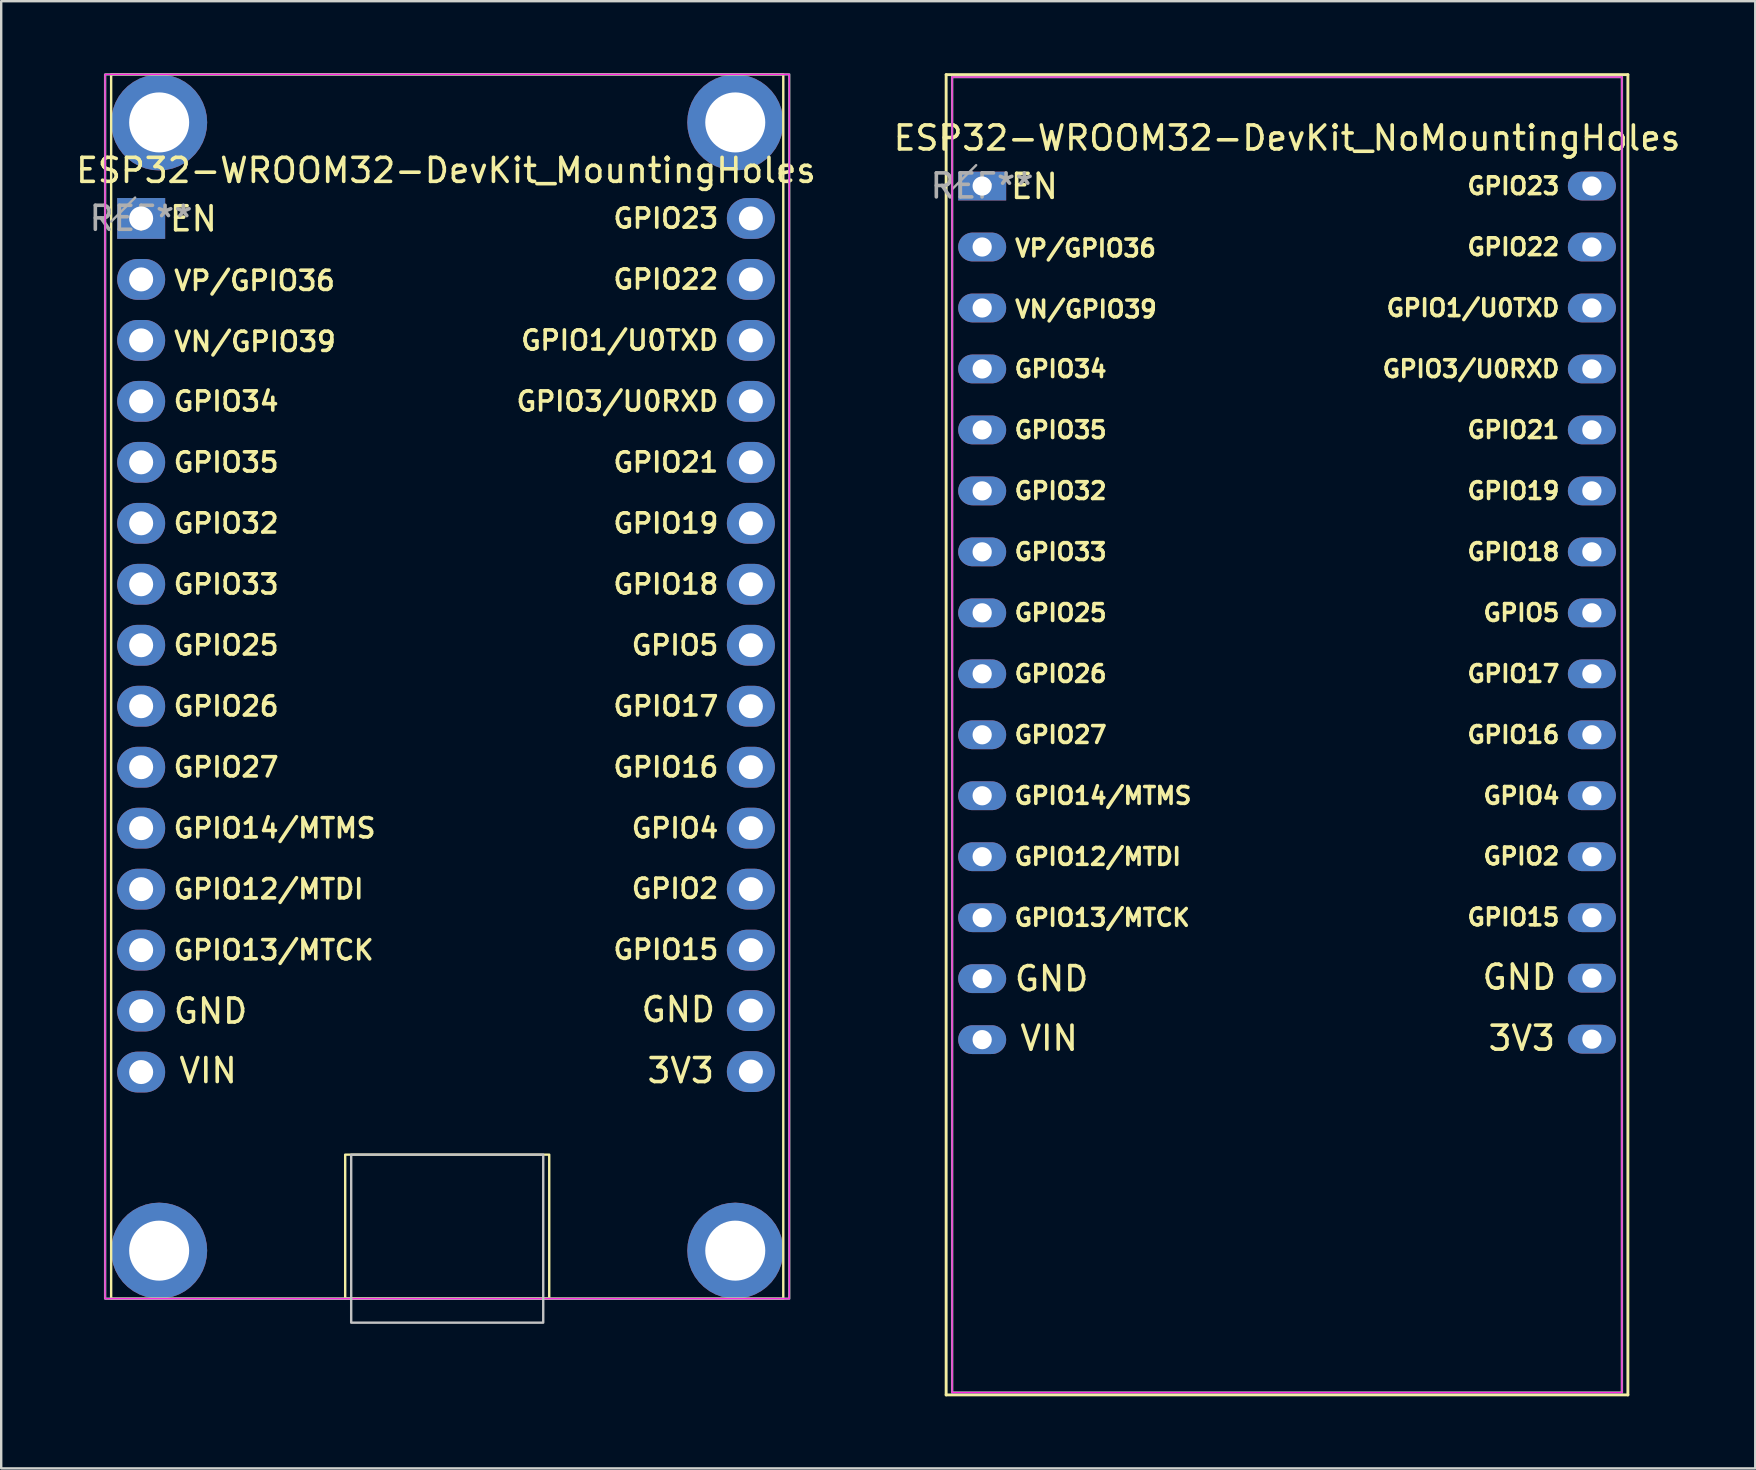
<source format=kicad_pcb>
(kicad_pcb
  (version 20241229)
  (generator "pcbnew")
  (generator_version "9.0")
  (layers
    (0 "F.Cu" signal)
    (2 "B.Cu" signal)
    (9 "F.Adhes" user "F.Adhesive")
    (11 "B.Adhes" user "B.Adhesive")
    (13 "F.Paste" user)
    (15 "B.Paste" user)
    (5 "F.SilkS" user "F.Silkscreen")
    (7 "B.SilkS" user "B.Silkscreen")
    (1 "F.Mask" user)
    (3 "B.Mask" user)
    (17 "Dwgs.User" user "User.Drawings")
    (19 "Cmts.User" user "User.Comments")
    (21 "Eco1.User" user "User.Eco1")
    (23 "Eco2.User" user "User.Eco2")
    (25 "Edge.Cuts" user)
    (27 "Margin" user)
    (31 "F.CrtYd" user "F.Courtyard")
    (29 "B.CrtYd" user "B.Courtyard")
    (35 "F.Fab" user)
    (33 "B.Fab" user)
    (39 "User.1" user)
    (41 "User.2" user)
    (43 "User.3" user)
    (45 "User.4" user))
  (footprint "ESP32-WROOM32-DevKit_MountingHoles"
    (layer "F.Cu")
    (at 2.83 6.05)
    (property "Reference" "ESP32-WROOM32-DevKit_MountingHoles" (at 12.7 -2 0) (layer "F.SilkS") (effects (font (size 1 1) (thickness 0.15))))
    (attr through_hole)
    (fp_rect (start -1.25 -6) (end 26.75 45) (stroke (width 0.1) (type solid)) (fill no) (layer "F.SilkS"))
    (fp_rect (start 8.5 39) (end 17 45) (stroke (width 0.1) (type default)) (fill no) (layer "F.SilkS"))
    (fp_rect (start 8.75 39) (end 16.75 46) (stroke (width 0.1) (type solid)) (fill no) (layer "Dwgs.User"))
    (fp_rect (start -1.5 -6) (end 27 45) (stroke (width 0.05) (type default)) (fill no) (layer "F.CrtYd"))
    (fp_line (start -0.25 -0.87) (end -1.25 0.13) (stroke (width 0.1) (type solid)) (layer "F.Fab"))
    (fp_rect (start -1.5 -6) (end 27 45) (stroke (width 0.1) (type default)) (fill no) (layer "F.Fab"))
    (fp_text user "GPIO35" (at 1.27 10.16 0) (unlocked yes) (layer "F.SilkS") (effects (font (size 0.8 0.8) (thickness 0.15)) (justify left)))
    (fp_text user "GPIO13/MTCK" (at 1.27 30.48 0) (unlocked yes) (layer "F.SilkS") (effects (font (size 0.8 0.8) (thickness 0.15)) (justify left)))
    (fp_text user "GPIO5" (at 24.13 17.78 0) (unlocked yes) (layer "F.SilkS") (effects (font (size 0.8 0.8) (thickness 0.15)) (justify right)))
    (fp_text user "GPIO33" (at 1.27 15.24 0) (unlocked yes) (layer "F.SilkS") (effects (font (size 0.8 0.8) (thickness 0.15)) (justify left)))
    (fp_text user "GPIO4" (at 24.13 25.4 0) (unlocked yes) (layer "F.SilkS") (effects (font (size 0.8 0.8) (thickness 0.15)) (justify right)))
    (fp_text user "GPIO23" (at 24.13 0 0) (unlocked yes) (layer "F.SilkS") (effects (font (size 0.8 0.8) (thickness 0.15)) (justify right)))
    (fp_text user "GPIO21" (at 24.13 10.16 0) (unlocked yes) (layer "F.SilkS") (effects (font (size 0.8 0.8) (thickness 0.15)) (justify right)))
    (fp_text user "GPIO18" (at 24.13 15.24 0) (unlocked yes) (layer "F.SilkS") (effects (font (size 0.8 0.8) (thickness 0.15)) (justify right)))
    (fp_text user "GPIO27" (at 1.27 22.86 0) (unlocked yes) (layer "F.SilkS") (effects (font (size 0.8 0.8) (thickness 0.15)) (justify left)))
    (fp_text user "GPIO1/U0TXD" (at 24.13 5.08 0) (unlocked yes) (layer "F.SilkS") (effects (font (size 0.8 0.8) (thickness 0.15)) (justify right)))
    (fp_text user "GPIO22" (at 24.13 2.54 0) (unlocked yes) (layer "F.SilkS") (effects (font (size 0.8 0.8) (thickness 0.15)) (justify right)))
    (fp_text user "3V3" (at 21 35.5 0) (unlocked yes) (layer "F.SilkS") (effects (font (size 1 1) (thickness 0.15)) (justify left)))
    (fp_text user "GPIO2" (at 24.13 27.92 0) (unlocked yes) (layer "F.SilkS") (effects (font (size 0.8 0.8) (thickness 0.15)) (justify right)))
    (fp_text user "GND" (at 24 32.96 0) (unlocked yes) (layer "F.SilkS") (effects (font (size 1 1) (thickness 0.15)) (justify right)))
    (fp_text user "VP/GPIO36" (at 1.292 2.594 0) (unlocked yes) (layer "F.SilkS") (effects (font (size 0.8 0.8) (thickness 0.15)) (justify left)))
    (fp_text user "EN" (at 3.25 0.015 0) (unlocked yes) (layer "F.SilkS") (effects (font (size 1 1) (thickness 0.15)) (justify right)))
    (fp_text user "GPIO34" (at 1.27 7.62 0) (unlocked yes) (layer "F.SilkS") (effects (font (size 0.8 0.8) (thickness 0.15)) (justify left)))
    (fp_text user "GPIO15" (at 24.13 30.46 0) (unlocked yes) (layer "F.SilkS") (effects (font (size 0.8 0.8) (thickness 0.15)) (justify right)))
    (fp_text user "GPIO17" (at 24.13 20.32 0) (unlocked yes) (layer "F.SilkS") (effects (font (size 0.8 0.8) (thickness 0.15)) (justify right)))
    (fp_text user "GPIO32" (at 1.27 12.7 0) (unlocked yes) (layer "F.SilkS") (effects (font (size 0.8 0.8) (thickness 0.15)) (justify left)))
    (fp_text user "GPIO19" (at 24.13 12.7 0) (unlocked yes) (layer "F.SilkS") (effects (font (size 0.8 0.8) (thickness 0.15)) (justify right)))
    (fp_text user "GPIO12/MTDI" (at 1.27 27.94 0) (unlocked yes) (layer "F.SilkS") (effects (font (size 0.8 0.8) (thickness 0.15)) (justify left)))
    (fp_text user "GPIO16" (at 24.13 22.86 0) (unlocked yes) (layer "F.SilkS") (effects (font (size 0.8 0.8) (thickness 0.15)) (justify right)))
    (fp_text user "GPIO25" (at 1.27 17.78 0) (unlocked yes) (layer "F.SilkS") (effects (font (size 0.8 0.8) (thickness 0.15)) (justify left)))
    (fp_text user "VN/GPIO39" (at 1.292 5.134 0) (unlocked yes) (layer "F.SilkS") (effects (font (size 0.8 0.8) (thickness 0.15)) (justify left)))
    (fp_text user "GPIO14/MTMS" (at 1.27 25.4 0) (unlocked yes) (layer "F.SilkS") (effects (font (size 0.8 0.8) (thickness 0.15)) (justify left)))
    (fp_text user "GND" (at 1.27 33.02 0) (unlocked yes) (layer "F.SilkS") (effects (font (size 1 1) (thickness 0.15)) (justify left)))
    (fp_text user "GPIO3/U0RXD" (at 24.13 7.62 0) (unlocked yes) (layer "F.SilkS") (effects (font (size 0.8 0.8) (thickness 0.15)) (justify right)))
    (fp_text user "GPIO26" (at 1.27 20.32 0) (unlocked yes) (layer "F.SilkS") (effects (font (size 0.8 0.8) (thickness 0.15)) (justify left)))
    (fp_text user "VIN" (at 1.5 35.5 0) (unlocked yes) (layer "F.SilkS") (effects (font (size 1 1) (thickness 0.15)) (justify left)))
    (fp_text user "REF**" (at -0.004 -0.003 0) (layer "F.Fab") (effects (font (size 1 1) (thickness 0.15))))
    (pad "" np_thru_hole roundrect (at 0.75 -4) (size 4 4) (drill 2.5) (layers "*.Cu" "*.Mask") (roundrect_rratio 0.5))
    (pad "" np_thru_hole roundrect (at 0.75 43) (size 4 4) (drill 2.5) (layers "*.Cu" "*.Mask") (roundrect_rratio 0.5))
    (pad "" np_thru_hole roundrect (at 24.75 -4) (size 4 4) (drill 2.5) (layers "*.Cu" "*.Mask") (roundrect_rratio 0.5))
    (pad "" np_thru_hole roundrect (at 24.75 43) (size 4 4) (drill 2.5) (layers "*.Cu" "*.Mask") (roundrect_rratio 0.5))
    (pad "1" thru_hole rect (at 0 0 270) (size 1.7 2) (drill 1) (layers "*.Cu" "*.Mask"))
    (pad "2" thru_hole oval (at 0 2.54 270) (size 1.7 2) (drill 1) (layers "*.Cu" "*.Mask"))
    (pad "3" thru_hole oval (at 0 5.08 270) (size 1.7 2) (drill 1) (layers "*.Cu" "*.Mask"))
    (pad "4" thru_hole oval (at 0 7.62 270) (size 1.7 2) (drill 1) (layers "*.Cu" "*.Mask"))
    (pad "5" thru_hole oval (at 0 10.16 270) (size 1.7 2) (drill 1) (layers "*.Cu" "*.Mask"))
    (pad "6" thru_hole oval (at 0 12.7 270) (size 1.7 2) (drill 1) (layers "*.Cu" "*.Mask"))
    (pad "7" thru_hole oval (at 0 15.24 270) (size 1.7 2) (drill 1) (layers "*.Cu" "*.Mask"))
    (pad "8" thru_hole oval (at 0 17.78 270) (size 1.7 2) (drill 1) (layers "*.Cu" "*.Mask"))
    (pad "9" thru_hole oval (at 0 20.32 270) (size 1.7 2) (drill 1) (layers "*.Cu" "*.Mask"))
    (pad "10" thru_hole oval (at 0 22.86 270) (size 1.7 2) (drill 1) (layers "*.Cu" "*.Mask"))
    (pad "11" thru_hole oval (at 0 25.4 270) (size 1.7 2) (drill 1) (layers "*.Cu" "*.Mask"))
    (pad "12" thru_hole oval (at 0 27.94 270) (size 1.7 2) (drill 1) (layers "*.Cu" "*.Mask"))
    (pad "13" thru_hole oval (at 0 30.48 270) (size 1.7 2) (drill 1) (layers "*.Cu" "*.Mask"))
    (pad "14" thru_hole oval (at 0 33.02 270) (size 1.7 2) (drill 1) (layers "*.Cu" "*.Mask"))
    (pad "15" thru_hole oval (at 0 35.56 270) (size 1.7 2) (drill 1) (layers "*.Cu" "*.Mask"))
    (pad "16" thru_hole oval (at 25.4 35.54 270) (size 1.7 2) (drill 1) (layers "*.Cu" "*.Mask"))
    (pad "17" thru_hole oval (at 25.4 33 270) (size 1.7 2) (drill 1) (layers "*.Cu" "*.Mask"))
    (pad "18" thru_hole oval (at 25.4 30.48 270) (size 1.7 2) (drill 1) (layers "*.Cu" "*.Mask"))
    (pad "19" thru_hole oval (at 25.4 27.94 270) (size 1.7 2) (drill 1) (layers "*.Cu" "*.Mask"))
    (pad "20" thru_hole oval (at 25.4 25.4 270) (size 1.7 2) (drill 1) (layers "*.Cu" "*.Mask"))
    (pad "21" thru_hole oval (at 25.4 22.86 270) (size 1.7 2) (drill 1) (layers "*.Cu" "*.Mask"))
    (pad "22" thru_hole oval (at 25.4 20.32 270) (size 1.7 2) (drill 1) (layers "*.Cu" "*.Mask"))
    (pad "23" thru_hole oval (at 25.4 17.78 270) (size 1.7 2) (drill 1) (layers "*.Cu" "*.Mask"))
    (pad "24" thru_hole oval (at 25.4 15.24 270) (size 1.7 2) (drill 1) (layers "*.Cu" "*.Mask"))
    (pad "25" thru_hole oval (at 25.4 12.7 270) (size 1.7 2) (drill 1) (layers "*.Cu" "*.Mask"))
    (pad "26" thru_hole oval (at 25.4 10.16 270) (size 1.7 2) (drill 1) (layers "*.Cu" "*.Mask"))
    (pad "27" thru_hole oval (at 25.4 7.62 270) (size 1.7 2) (drill 1) (layers "*.Cu" "*.Mask"))
    (pad "28" thru_hole oval (at 25.4 5.08 270) (size 1.7 2) (drill 1) (layers "*.Cu" "*.Mask"))
    (pad "29" thru_hole oval (at 25.4 2.54 270) (size 1.7 2) (drill 1) (layers "*.Cu" "*.Mask"))
    (pad "30" thru_hole oval (at 25.4 0 270) (size 1.7 2) (drill 1) (layers "*.Cu" "*.Mask")))
  (footprint "ESP32-WROOM32-DevKit_NoMountingHoles"
    (layer "F.Cu")
    (at 37.865 4.7)
    (property "Reference" "ESP32-WROOM32-DevKit_NoMountingHoles" (at 12.7 -2 0) (layer "F.SilkS") (effects (font (size 1 1) (thickness 0.15))))
    (attr through_hole)
    (fp_line (start -1.5 50.36) (end 26.9 50.36) (stroke (width 0.12) (type solid)) (layer "F.SilkS"))
    (fp_line (start -1.5 -4.64) (end -1.5 50.36) (stroke (width 0.12) (type solid)) (layer "F.SilkS"))
    (fp_line (start 26.9 50.36) (end 26.9 -4.64) (stroke (width 0.12) (type solid)) (layer "F.SilkS"))
    (fp_line (start 26.9 -4.64) (end -1.5 -4.64) (stroke (width 0.12) (type solid)) (layer "F.SilkS"))
    (fp_line (start -1.25 -4.54) (end 26.65 -4.54) (stroke (width 0.05) (type solid)) (layer "F.CrtYd"))
    (fp_line (start -1.25 50.26) (end -1.25 -4.54) (stroke (width 0.05) (type solid)) (layer "F.CrtYd"))
    (fp_line (start 26.65 -4.54) (end 26.65 50.26) (stroke (width 0.05) (type solid)) (layer "F.CrtYd"))
    (fp_line (start 26.65 50.26) (end -1.25 50.26) (stroke (width 0.05) (type solid)) (layer "F.CrtYd"))
    (fp_line (start -1.25 -4.54) (end 26.65 -4.54) (stroke (width 0.1) (type solid)) (layer "F.Fab"))
    (fp_line (start -1.25 50.26) (end -1.25 -4.54) (stroke (width 0.1) (type solid)) (layer "F.Fab"))
    (fp_line (start -0.25 -0.87) (end -1.25 0.13) (stroke (width 0.1) (type solid)) (layer "F.Fab"))
    (fp_line (start 26.65 -4.54) (end 26.65 50.26) (stroke (width 0.1) (type solid)) (layer "F.Fab"))
    (fp_line (start 26.65 50.26) (end -1.25 50.26) (stroke (width 0.1) (type solid)) (layer "F.Fab"))
    (fp_text user "GPIO13/MTCK" (at 1.27 30.48 0) (unlocked yes) (layer "F.SilkS") (effects (font (size 0.7 0.7) (thickness 0.15)) (justify left)))
    (fp_text user "GPIO27" (at 1.27 22.86 0) (unlocked yes) (layer "F.SilkS") (effects (font (size 0.7 0.7) (thickness 0.15)) (justify left)))
    (fp_text user "GPIO17" (at 24.13 20.32 0) (unlocked yes) (layer "F.SilkS") (effects (font (size 0.7 0.7) (thickness 0.15)) (justify right)))
    (fp_text user "GPIO3/U0RXD" (at 24.13 7.62 0) (unlocked yes) (layer "F.SilkS") (effects (font (size 0.7 0.7) (thickness 0.15)) (justify right)))
    (fp_text user "GND" (at 24 32.96 0) (unlocked yes) (layer "F.SilkS") (effects (font (size 1 1) (thickness 0.15)) (justify right)))
    (fp_text user "GPIO23" (at 24.13 0 0) (unlocked yes) (layer "F.SilkS") (effects (font (size 0.7 0.7) (thickness 0.15)) (justify right)))
    (fp_text user "GPIO12/MTDI" (at 1.27 27.94 0) (unlocked yes) (layer "F.SilkS") (effects (font (size 0.7 0.7) (thickness 0.15)) (justify left)))
    (fp_text user "GPIO19" (at 24.13 12.7 0) (unlocked yes) (layer "F.SilkS") (effects (font (size 0.7 0.7) (thickness 0.15)) (justify right)))
    (fp_text user "VN/GPIO39" (at 1.292 5.134 0) (unlocked yes) (layer "F.SilkS") (effects (font (size 0.7 0.7) (thickness 0.15)) (justify left)))
    (fp_text user "GPIO5" (at 24.13 17.78 0) (unlocked yes) (layer "F.SilkS") (effects (font (size 0.7 0.7) (thickness 0.15)) (justify right)))
    (fp_text user "GPIO22" (at 24.13 2.54 0) (unlocked yes) (layer "F.SilkS") (effects (font (size 0.7 0.7) (thickness 0.15)) (justify right)))
    (fp_text user "GPIO1/U0TXD" (at 24.13 5.08 0) (unlocked yes) (layer "F.SilkS") (effects (font (size 0.7 0.7) (thickness 0.15)) (justify right)))
    (fp_text user "GPIO14/MTMS" (at 1.27 25.4 0) (unlocked yes) (layer "F.SilkS") (effects (font (size 0.7 0.7) (thickness 0.15)) (justify left)))
    (fp_text user "GPIO21" (at 24.13 10.16 0) (unlocked yes) (layer "F.SilkS") (effects (font (size 0.7 0.7) (thickness 0.15)) (justify right)))
    (fp_text user "GPIO25" (at 1.27 17.78 0) (unlocked yes) (layer "F.SilkS") (effects (font (size 0.7 0.7) (thickness 0.15)) (justify left)))
    (fp_text user "GPIO32" (at 1.27 12.7 0) (unlocked yes) (layer "F.SilkS") (effects (font (size 0.7 0.7) (thickness 0.15)) (justify left)))
    (fp_text user "GPIO16" (at 24.13 22.86 0) (unlocked yes) (layer "F.SilkS") (effects (font (size 0.7 0.7) (thickness 0.15)) (justify right)))
    (fp_text user "GPIO4" (at 24.13 25.4 0) (unlocked yes) (layer "F.SilkS") (effects (font (size 0.7 0.7) (thickness 0.15)) (justify right)))
    (fp_text user "VP/GPIO36" (at 1.292 2.594 0) (unlocked yes) (layer "F.SilkS") (effects (font (size 0.7 0.7) (thickness 0.15)) (justify left)))
    (fp_text user "GPIO33" (at 1.27 15.24 0) (unlocked yes) (layer "F.SilkS") (effects (font (size 0.7 0.7) (thickness 0.15)) (justify left)))
    (fp_text user "VIN" (at 1.5 35.5 0) (unlocked yes) (layer "F.SilkS") (effects (font (size 1 1) (thickness 0.15)) (justify left)))
    (fp_text user "GPIO34" (at 1.27 7.62 0) (unlocked yes) (layer "F.SilkS") (effects (font (size 0.7 0.7) (thickness 0.15)) (justify left)))
    (fp_text user "GPIO2" (at 24.13 27.92 0) (unlocked yes) (layer "F.SilkS") (effects (font (size 0.7 0.7) (thickness 0.15)) (justify right)))
    (fp_text user "GPIO26" (at 1.27 20.32 0) (unlocked yes) (layer "F.SilkS") (effects (font (size 0.7 0.7) (thickness 0.15)) (justify left)))
    (fp_text user "GND" (at 1.27 33.02 0) (unlocked yes) (layer "F.SilkS") (effects (font (size 1 1) (thickness 0.15)) (justify left)))
    (fp_text user "3V3" (at 21 35.5 0) (unlocked yes) (layer "F.SilkS") (effects (font (size 1 1) (thickness 0.15)) (justify left)))
    (fp_text user "GPIO18" (at 24.13 15.24 0) (unlocked yes) (layer "F.SilkS") (effects (font (size 0.7 0.7) (thickness 0.15)) (justify right)))
    (fp_text user "GPIO35" (at 1.27 10.16 0) (unlocked yes) (layer "F.SilkS") (effects (font (size 0.7 0.7) (thickness 0.15)) (justify left)))
    (fp_text user "EN" (at 3.25 0.015 0) (unlocked yes) (layer "F.SilkS") (effects (font (size 1 1) (thickness 0.15)) (justify right)))
    (fp_text user "GPIO15" (at 24.13 30.46 0) (unlocked yes) (layer "F.SilkS") (effects (font (size 0.7 0.7) (thickness 0.15)) (justify right)))
    (fp_text user "REF**" (at -0.004 -0.003 0) (layer "F.Fab") (effects (font (size 1 1) (thickness 0.15))))
    (pad "1" thru_hole rect (at 0 0 270) (size 1.2 2) (drill 0.8) (layers "*.Cu" "*.Mask"))
    (pad "2" thru_hole oval (at 0 2.54 270) (size 1.2 2) (drill 0.8) (layers "*.Cu" "*.Mask"))
    (pad "3" thru_hole oval (at 0 5.08 270) (size 1.2 2) (drill 0.8) (layers "*.Cu" "*.Mask"))
    (pad "4" thru_hole oval (at 0 7.62 270) (size 1.2 2) (drill 0.8) (layers "*.Cu" "*.Mask"))
    (pad "5" thru_hole oval (at 0 10.16 270) (size 1.2 2) (drill 0.8) (layers "*.Cu" "*.Mask"))
    (pad "6" thru_hole oval (at 0 12.7 270) (size 1.2 2) (drill 0.8) (layers "*.Cu" "*.Mask"))
    (pad "7" thru_hole oval (at 0 15.24 270) (size 1.2 2) (drill 0.8) (layers "*.Cu" "*.Mask"))
    (pad "8" thru_hole oval (at 0 17.78 270) (size 1.2 2) (drill 0.8) (layers "*.Cu" "*.Mask"))
    (pad "9" thru_hole oval (at 0 20.32 270) (size 1.2 2) (drill 0.8) (layers "*.Cu" "*.Mask"))
    (pad "10" thru_hole oval (at 0 22.86 270) (size 1.2 2) (drill 0.8) (layers "*.Cu" "*.Mask"))
    (pad "11" thru_hole oval (at 0 25.4 270) (size 1.2 2) (drill 0.8) (layers "*.Cu" "*.Mask"))
    (pad "12" thru_hole oval (at 0 27.94 270) (size 1.2 2) (drill 0.8) (layers "*.Cu" "*.Mask"))
    (pad "13" thru_hole oval (at 0 30.48 270) (size 1.2 2) (drill 0.8) (layers "*.Cu" "*.Mask"))
    (pad "14" thru_hole oval (at 0 33.02 270) (size 1.2 2) (drill 0.8) (layers "*.Cu" "*.Mask"))
    (pad "15" thru_hole oval (at 0 35.56 270) (size 1.2 2) (drill 0.8) (layers "*.Cu" "*.Mask"))
    (pad "16" thru_hole oval (at 25.4 35.54 270) (size 1.2 2) (drill 0.8) (layers "*.Cu" "*.Mask"))
    (pad "17" thru_hole oval (at 25.4 33 270) (size 1.2 2) (drill 0.8) (layers "*.Cu" "*.Mask"))
    (pad "18" thru_hole oval (at 25.4 30.48 270) (size 1.2 2) (drill 0.8) (layers "*.Cu" "*.Mask"))
    (pad "19" thru_hole oval (at 25.4 27.94 270) (size 1.2 2) (drill 0.8) (layers "*.Cu" "*.Mask"))
    (pad "20" thru_hole oval (at 25.4 25.4 270) (size 1.2 2) (drill 0.8) (layers "*.Cu" "*.Mask"))
    (pad "21" thru_hole oval (at 25.4 22.86 270) (size 1.2 2) (drill 0.8) (layers "*.Cu" "*.Mask"))
    (pad "22" thru_hole oval (at 25.4 20.32 270) (size 1.2 2) (drill 0.8) (layers "*.Cu" "*.Mask"))
    (pad "23" thru_hole oval (at 25.4 17.78 270) (size 1.2 2) (drill 0.8) (layers "*.Cu" "*.Mask"))
    (pad "24" thru_hole oval (at 25.4 15.24 270) (size 1.2 2) (drill 0.8) (layers "*.Cu" "*.Mask"))
    (pad "25" thru_hole oval (at 25.4 12.7 270) (size 1.2 2) (drill 0.8) (layers "*.Cu" "*.Mask"))
    (pad "26" thru_hole oval (at 25.4 10.16 270) (size 1.2 2) (drill 0.8) (layers "*.Cu" "*.Mask"))
    (pad "27" thru_hole oval (at 25.4 7.62 270) (size 1.2 2) (drill 0.8) (layers "*.Cu" "*.Mask"))
    (pad "28" thru_hole oval (at 25.4 5.08 270) (size 1.2 2) (drill 0.8) (layers "*.Cu" "*.Mask"))
    (pad "29" thru_hole oval (at 25.4 2.54 270) (size 1.2 2) (drill 0.8) (layers "*.Cu" "*.Mask"))
    (pad "30" thru_hole oval (at 25.4 0 270) (size 1.2 2) (drill 0.8) (layers "*.Cu" "*.Mask")))
  (gr_rect
    (start -3 -3)
    (end 70.071 58.12)
    (stroke (width 0.1) (type default))
    (fill no)
    (layer "Edge.Cuts")))
</source>
